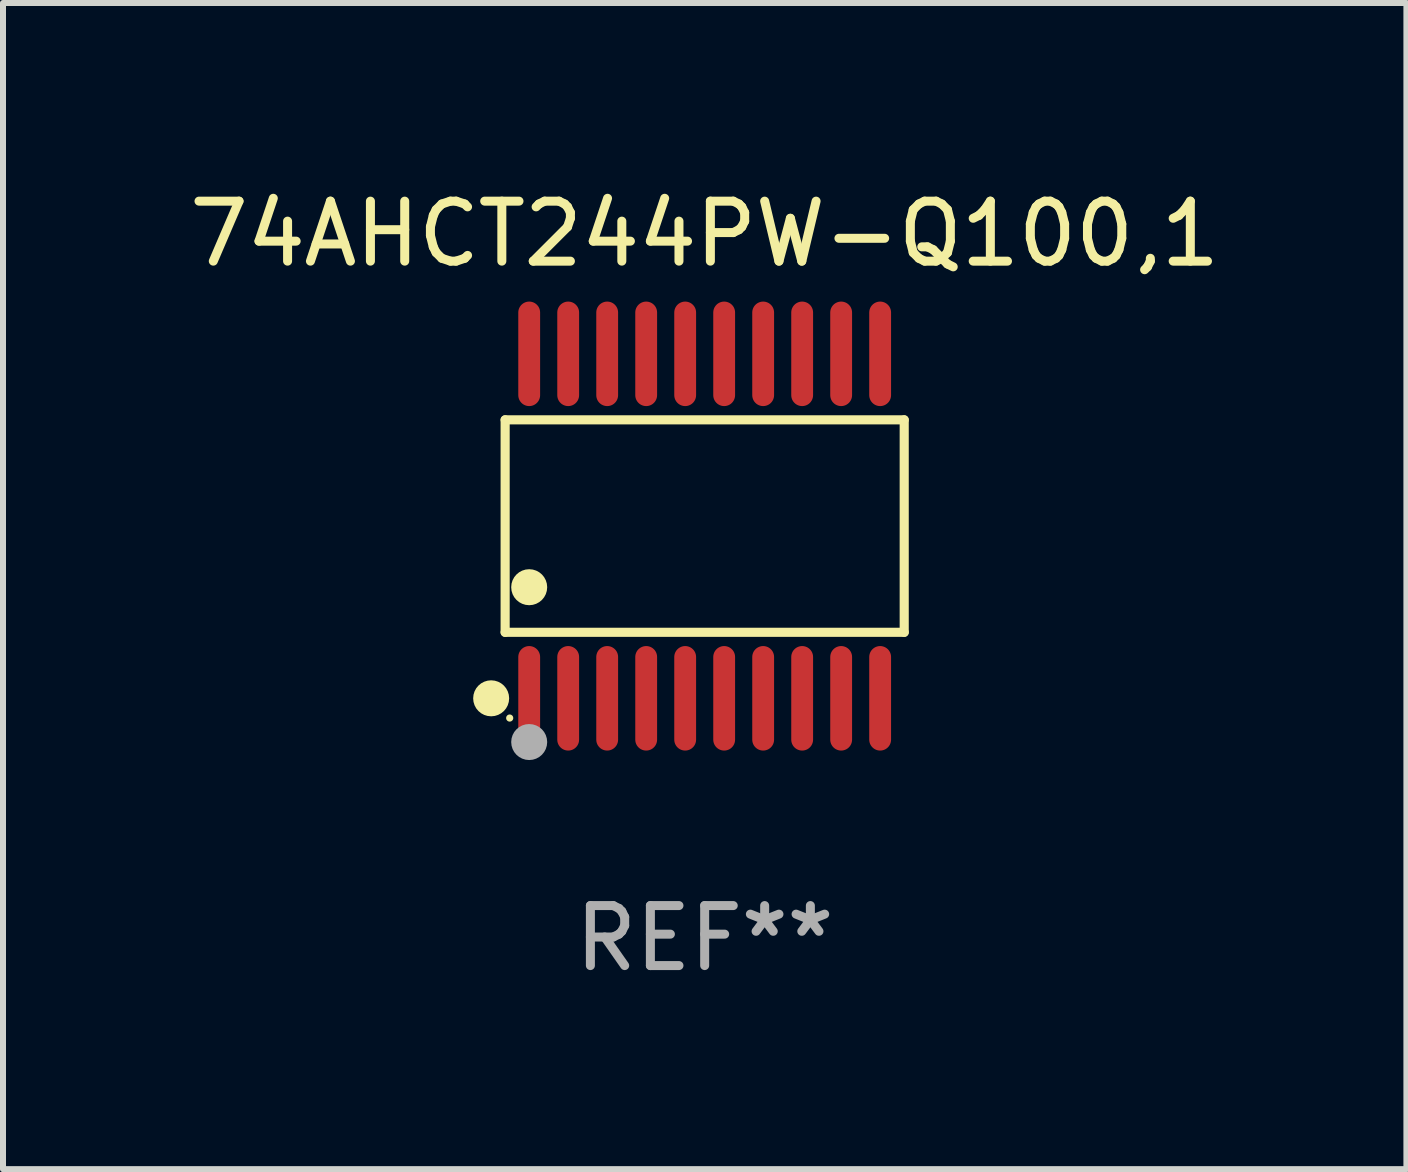
<source format=kicad_pcb>
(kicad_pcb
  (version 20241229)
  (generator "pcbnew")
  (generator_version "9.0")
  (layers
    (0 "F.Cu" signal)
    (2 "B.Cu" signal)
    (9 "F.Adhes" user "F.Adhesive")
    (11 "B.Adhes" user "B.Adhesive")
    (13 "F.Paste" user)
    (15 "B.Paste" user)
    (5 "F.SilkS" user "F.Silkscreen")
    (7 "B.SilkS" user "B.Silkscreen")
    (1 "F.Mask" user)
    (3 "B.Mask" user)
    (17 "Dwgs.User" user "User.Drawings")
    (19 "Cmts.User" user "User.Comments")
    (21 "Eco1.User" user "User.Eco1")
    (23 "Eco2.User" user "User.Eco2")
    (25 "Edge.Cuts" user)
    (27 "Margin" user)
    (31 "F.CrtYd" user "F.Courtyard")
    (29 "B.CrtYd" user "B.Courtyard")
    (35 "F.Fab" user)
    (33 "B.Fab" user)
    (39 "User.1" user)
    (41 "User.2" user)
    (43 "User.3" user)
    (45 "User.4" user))
  (footprint "74AHCT244PW-Q100,1"
    (layer "F.Cu")
    (at 8.696 5.719)
    (property "Reference" "74AHCT244PW-Q100,1" (at 0 -4.871 0) (layer "F.SilkS") (effects (font (size 1 1) (thickness 0.15))))
    (attr through_hole)
    (fp_line (start -3.326 -1.771) (end 3.326 -1.771) (stroke (width 0.152) (type solid)) (layer "F.SilkS"))
    (fp_line (start -3.326 1.771) (end -3.326 -1.771) (stroke (width 0.152) (type solid)) (layer "F.SilkS"))
    (fp_line (start 3.326 -1.771) (end 3.326 1.771) (stroke (width 0.152) (type solid)) (layer "F.SilkS"))
    (fp_line (start 3.326 1.771) (end -3.326 1.771) (stroke (width 0.152) (type solid)) (layer "F.SilkS"))
    (fp_circle (center -3.559 2.871) (end -3.409 2.871) (stroke (width 0.3) (type solid)) (fill no) (layer "F.SilkS"))
    (fp_circle (center -3.25 3.2) (end -3.22 3.2) (stroke (width 0.06) (type solid)) (fill no) (layer "F.SilkS"))
    (fp_circle (center -2.925 1.019) (end -2.775 1.019) (stroke (width 0.3) (type solid)) (fill no) (layer "F.SilkS"))
    (fp_circle (center -2.925 3.6) (end -2.775 3.6) (stroke (width 0.3) (type solid)) (fill no) (layer "F.Fab"))
    (fp_text user "REF**" (at 0 6.871 0) (layer "F.Fab") (effects (font (size 1 1) (thickness 0.15))))
    (pad "1" smd oval (at -2.925 2.871) (size 0.364 1.742) (layers "F.Cu" "F.Mask" "F.Paste"))
    (pad "2" smd oval (at -2.275 2.871) (size 0.364 1.742) (layers "F.Cu" "F.Mask" "F.Paste"))
    (pad "3" smd oval (at -1.625 2.871) (size 0.364 1.742) (layers "F.Cu" "F.Mask" "F.Paste"))
    (pad "4" smd oval (at -0.975 2.871) (size 0.364 1.742) (layers "F.Cu" "F.Mask" "F.Paste"))
    (pad "5" smd oval (at -0.325 2.871) (size 0.364 1.742) (layers "F.Cu" "F.Mask" "F.Paste"))
    (pad "6" smd oval (at 0.325 2.871) (size 0.364 1.742) (layers "F.Cu" "F.Mask" "F.Paste"))
    (pad "7" smd oval (at 0.975 2.871) (size 0.364 1.742) (layers "F.Cu" "F.Mask" "F.Paste"))
    (pad "8" smd oval (at 1.625 2.871) (size 0.364 1.742) (layers "F.Cu" "F.Mask" "F.Paste"))
    (pad "9" smd oval (at 2.275 2.871) (size 0.364 1.742) (layers "F.Cu" "F.Mask" "F.Paste"))
    (pad "10" smd oval (at 2.925 2.871) (size 0.364 1.742) (layers "F.Cu" "F.Mask" "F.Paste"))
    (pad "11" smd oval (at 2.925 -2.871) (size 0.364 1.742) (layers "F.Cu" "F.Mask" "F.Paste"))
    (pad "12" smd oval (at 2.275 -2.871) (size 0.364 1.742) (layers "F.Cu" "F.Mask" "F.Paste"))
    (pad "13" smd oval (at 1.625 -2.871) (size 0.364 1.742) (layers "F.Cu" "F.Mask" "F.Paste"))
    (pad "14" smd oval (at 0.975 -2.871) (size 0.364 1.742) (layers "F.Cu" "F.Mask" "F.Paste"))
    (pad "15" smd oval (at 0.325 -2.871) (size 0.364 1.742) (layers "F.Cu" "F.Mask" "F.Paste"))
    (pad "16" smd oval (at -0.325 -2.871) (size 0.364 1.742) (layers "F.Cu" "F.Mask" "F.Paste"))
    (pad "17" smd oval (at -0.975 -2.871) (size 0.364 1.742) (layers "F.Cu" "F.Mask" "F.Paste"))
    (pad "18" smd oval (at -1.625 -2.871) (size 0.364 1.742) (layers "F.Cu" "F.Mask" "F.Paste"))
    (pad "19" smd oval (at -2.275 -2.871) (size 0.364 1.742) (layers "F.Cu" "F.Mask" "F.Paste"))
    (pad "20" smd oval (at -2.925 -2.871) (size 0.364 1.742) (layers "F.Cu" "F.Mask" "F.Paste")))
  (gr_rect
    (start -3 -3)
    (end 20.393 16.438)
    (stroke (width 0.1) (type default))
    (fill no)
    (layer "Edge.Cuts")))
</source>
